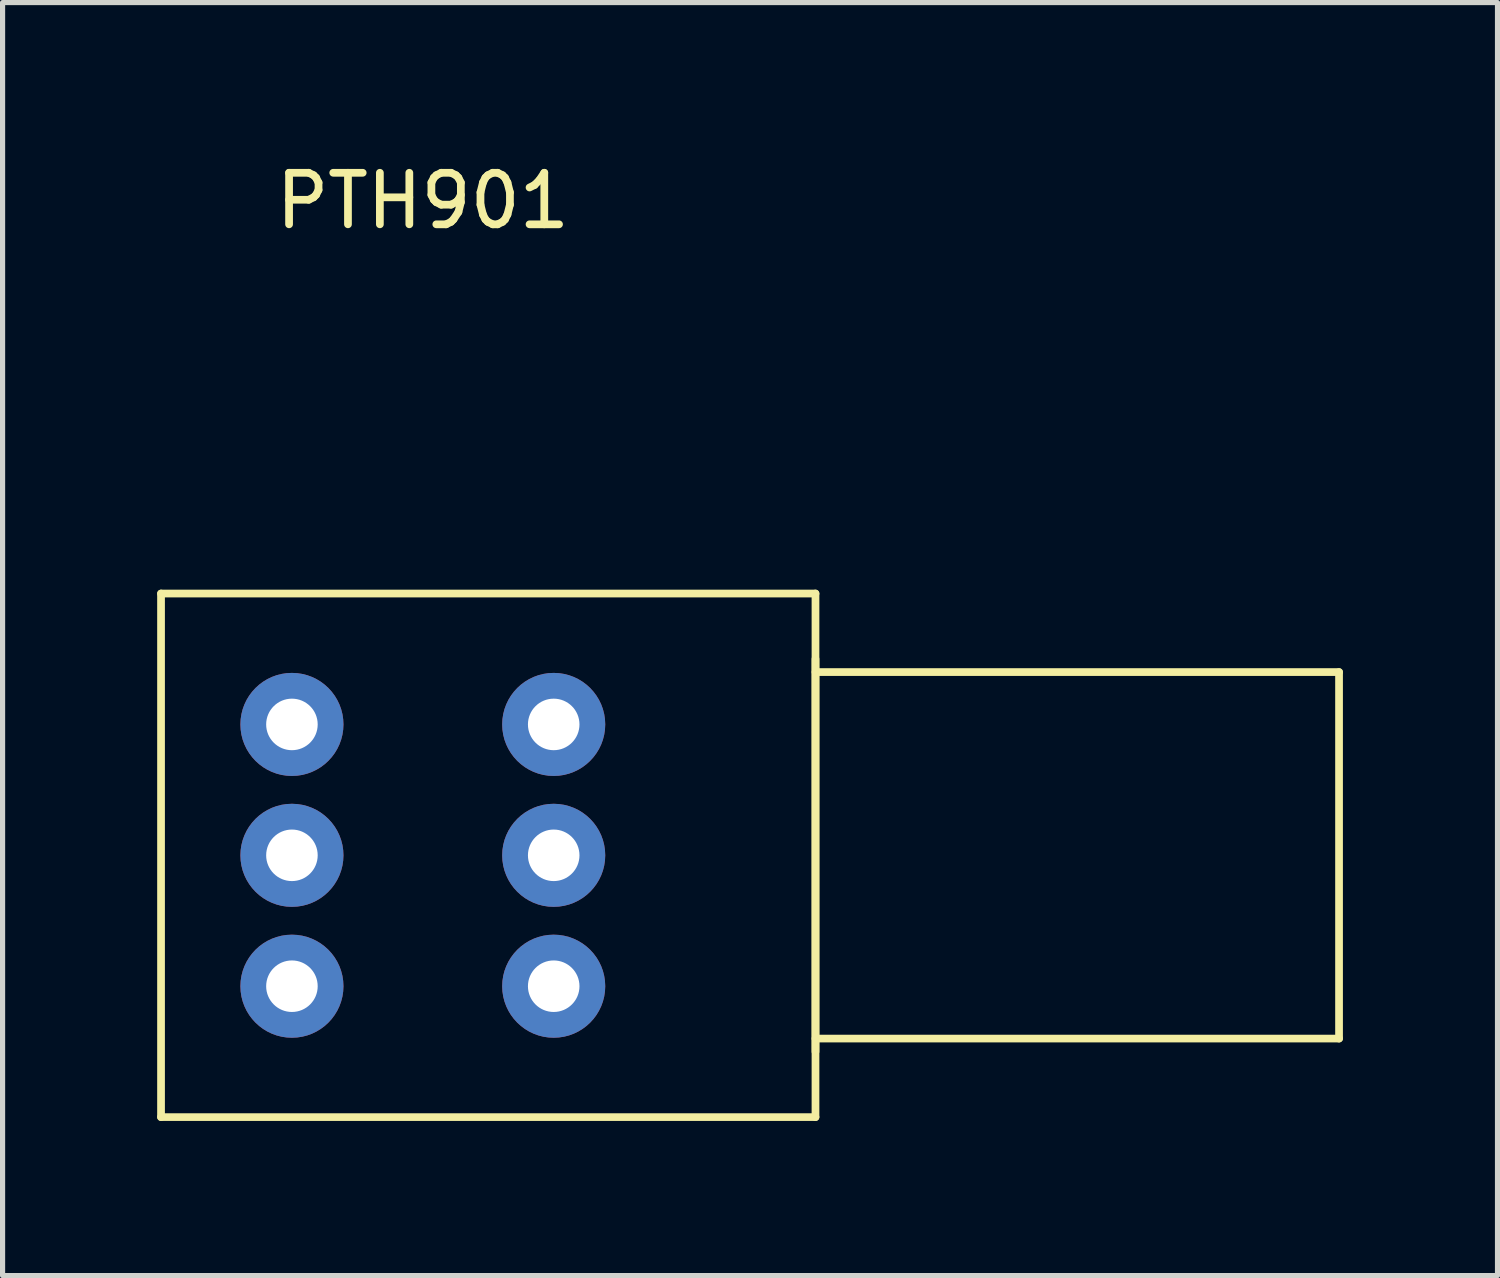
<source format=kicad_pcb>
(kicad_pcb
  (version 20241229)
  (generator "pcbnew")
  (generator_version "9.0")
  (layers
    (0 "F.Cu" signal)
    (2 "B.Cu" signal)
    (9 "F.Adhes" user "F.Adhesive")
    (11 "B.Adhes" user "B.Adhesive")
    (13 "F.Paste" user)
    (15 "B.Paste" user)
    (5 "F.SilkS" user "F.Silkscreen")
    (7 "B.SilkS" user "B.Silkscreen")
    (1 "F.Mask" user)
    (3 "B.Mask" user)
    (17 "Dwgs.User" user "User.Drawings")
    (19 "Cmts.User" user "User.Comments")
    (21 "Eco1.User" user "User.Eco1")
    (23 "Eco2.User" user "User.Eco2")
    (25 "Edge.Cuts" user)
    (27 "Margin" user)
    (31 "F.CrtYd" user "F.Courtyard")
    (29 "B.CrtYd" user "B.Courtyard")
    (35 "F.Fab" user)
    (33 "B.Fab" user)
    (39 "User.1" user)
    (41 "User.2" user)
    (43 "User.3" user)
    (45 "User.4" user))
  (footprint "PTH901"
    (layer "F.Cu")
    (at 5.155 13.548)
    (property "Reference" "PTH901" (at 0 -12.7 0) (layer "F.SilkS") (effects (font (size 1 1) (thickness 0.15))))
    (attr through_hole)
    (fp_line (start -5.08 -5.08) (end 7.62 -5.08) (stroke (width 0.15) (type solid)) (layer "F.SilkS"))
    (fp_line (start -5.08 5.08) (end -5.08 -5.08) (stroke (width 0.15) (type solid)) (layer "F.SilkS"))
    (fp_line (start 7.62 -5.08) (end 7.62 5.08) (stroke (width 0.15) (type solid)) (layer "F.SilkS"))
    (fp_line (start 7.62 -3.556) (end 17.78 -3.556) (stroke (width 0.15) (type solid)) (layer "F.SilkS"))
    (fp_line (start 7.62 3.81) (end 7.62 -3.81) (stroke (width 0.15) (type solid)) (layer "F.SilkS"))
    (fp_line (start 7.62 5.08) (end -5.08 5.08) (stroke (width 0.15) (type solid)) (layer "F.SilkS"))
    (fp_line (start 17.78 -3.556) (end 17.78 3.556) (stroke (width 0.15) (type solid)) (layer "F.SilkS"))
    (fp_line (start 17.78 3.556) (end 7.62 3.556) (stroke (width 0.15) (type solid)) (layer "F.SilkS"))
    (pad "1" thru_hole circle (at 2.54 -2.54) (size 2 2) (drill 1) (layers "*.Cu" "*.Mask"))
    (pad "2" thru_hole circle (at 2.54 0) (size 2 2) (drill 1) (layers "*.Cu" "*.Mask"))
    (pad "3" thru_hole circle (at 2.54 2.54) (size 2 2) (drill 1) (layers "*.Cu" "*.Mask"))
    (pad "4" thru_hole circle (at -2.54 -2.54) (size 2 2) (drill 1) (layers "*.Cu" "*.Mask"))
    (pad "5" thru_hole circle (at -2.54 0) (size 2 2) (drill 1) (layers "*.Cu" "*.Mask"))
    (pad "6" thru_hole circle (at -2.54 2.54) (size 2 2) (drill 1) (layers "*.Cu" "*.Mask")))
  (gr_rect
    (start -3 -3)
    (end 26.01 21.703)
    (stroke (width 0.1) (type default))
    (fill no)
    (layer "Edge.Cuts")))
</source>
